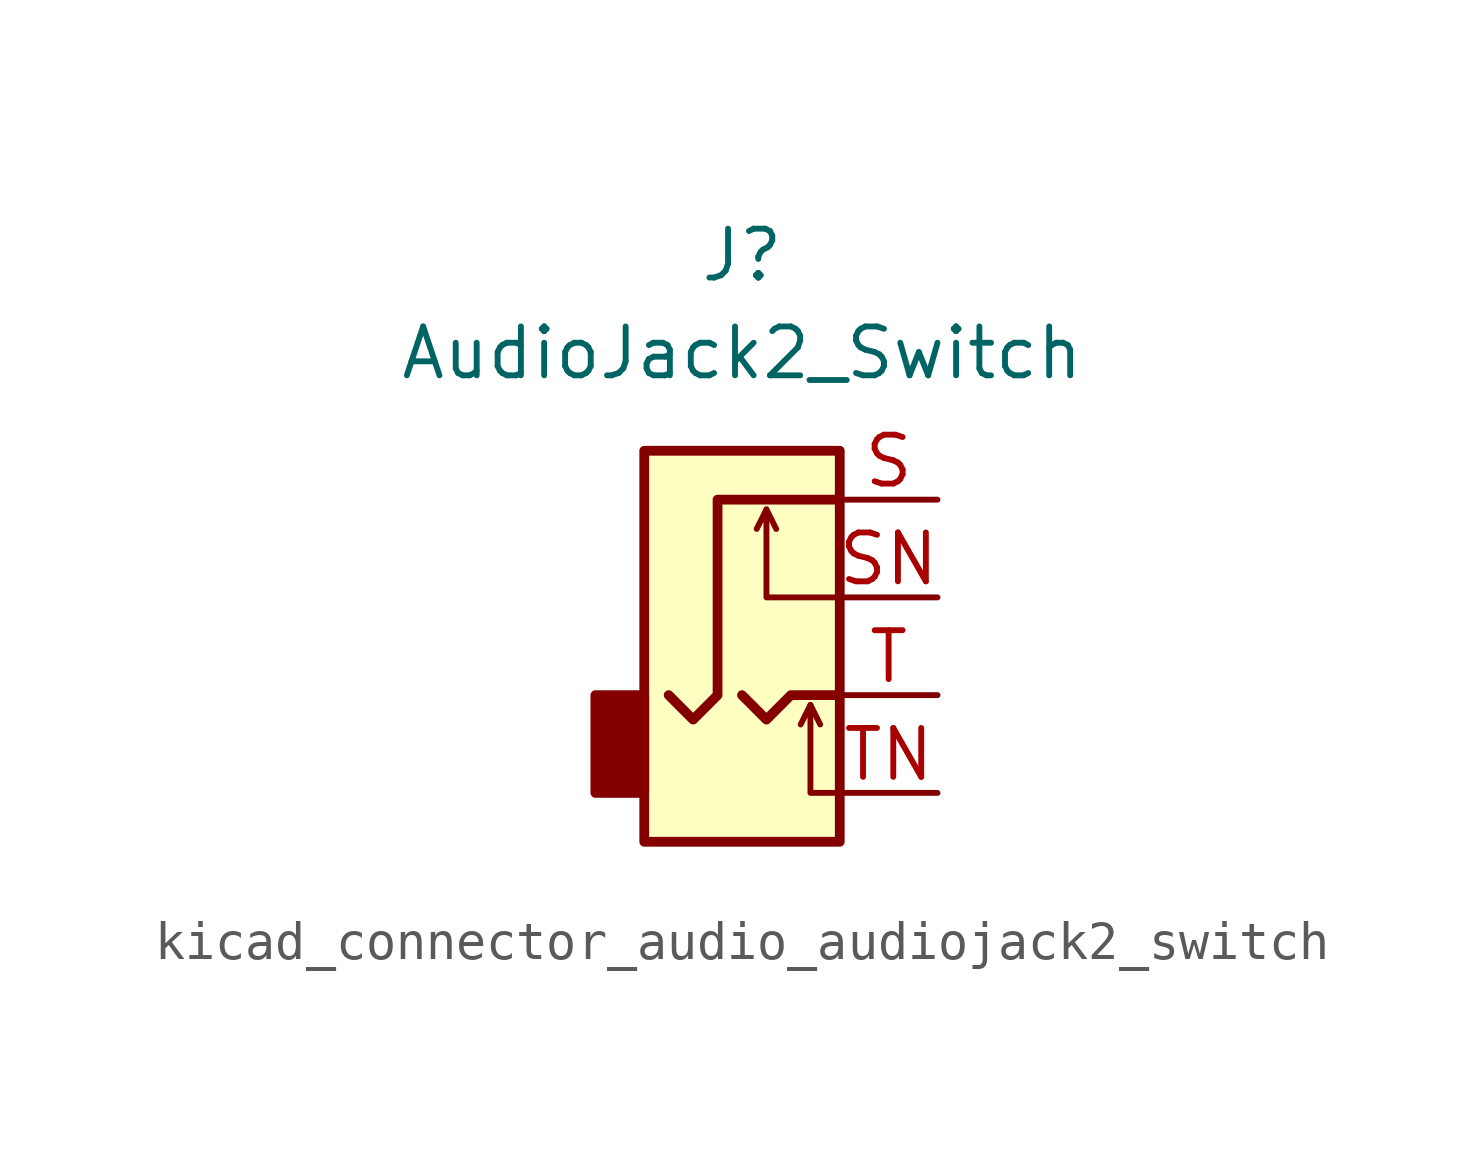
<source format=kicad_sym>
(kicad_symbol_lib
  (version 20220914)
  (generator kicad_symbol_editor)
  (symbol "kicad_connector_audio_audiojack2_switch"
    (property "Reference" "J"
      (at 0 11.43 0)
      (effects (font (size 1.27 1.27))))
    (property "Value" "AudioJack2_Switch"
      (at 0 8.89 0)
      (effects (font (size 1.27 1.27))))
    (symbol "kicad_connector_audio_audiojack2_switch_0_1"
      (rectangle (start -2.54 0) (end -3.81 -2.54) (stroke (width 0.254) (type default)) (fill (type outline)))
      (rectangle (start 2.54 6.35) (end -2.54 -3.81) (stroke (width 0.254) (type default)) (fill (type background))))
    (symbol "kicad_connector_audio_audiojack2_switch_1_1"
      (polyline (pts (xy 0.635 4.826) (xy 0.889 4.318)) (stroke (width 0) (type default)) (fill (type none)))
      (polyline (pts (xy 1.778 -0.254) (xy 2.032 -0.762)) (stroke (width 0) (type default)) (fill (type none)))
      (polyline (pts (xy 0 0) (xy 0.635 -0.635) (xy 1.27 0) (xy 2.54 0)) (stroke (width 0.254) (type default)) (fill (type none)))
      (polyline (pts (xy 2.54 -2.54) (xy 1.778 -2.54) (xy 1.778 -0.254) (xy 1.524 -0.762)) (stroke (width 0) (type default)) (fill (type none)))
      (polyline (pts (xy 2.54 2.54) (xy 0.635 2.54) (xy 0.635 4.826) (xy 0.381 4.318)) (stroke (width 0) (type default)) (fill (type none)))
      (polyline (pts (xy 2.54 5.08) (xy -0.635 5.08) (xy -0.635 0) (xy -1.27 -0.635) (xy -1.905 0)) (stroke (width 0.254) (type default)) (fill (type none)))
      (pin passive line (at 5.08 5.08 180) (length 2.54) (name "~" (effects (font (size 1.27 1.27)))) (number "S" (effects (font (size 1.27 1.27)))))
      (pin passive line (at 5.08 2.54 180) (length 2.54) (name "~" (effects (font (size 1.27 1.27)))) (number "SN" (effects (font (size 1.27 1.27)))))
      (pin passive line (at 5.08 0 180) (length 2.54) (name "~" (effects (font (size 1.27 1.27)))) (number "T" (effects (font (size 1.27 1.27)))))
      (pin passive line (at 5.08 -2.54 180) (length 2.54) (name "~" (effects (font (size 1.27 1.27)))) (number "TN" (effects (font (size 1.27 1.27))))))))
</source>
